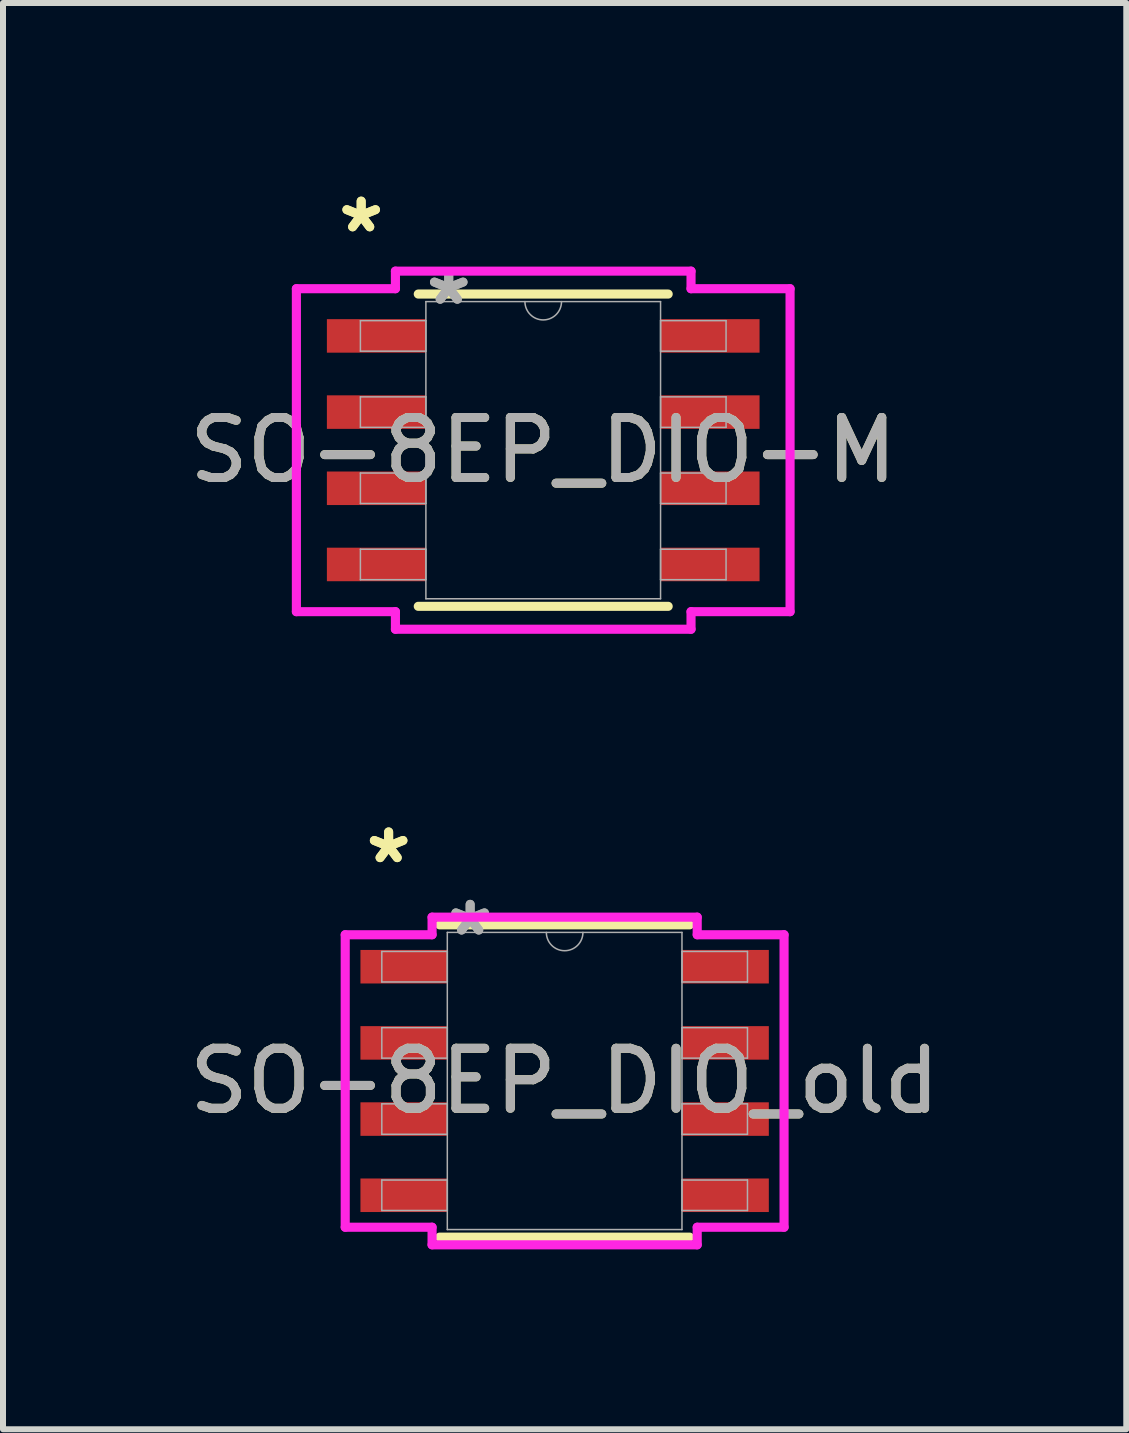
<source format=kicad_pcb>
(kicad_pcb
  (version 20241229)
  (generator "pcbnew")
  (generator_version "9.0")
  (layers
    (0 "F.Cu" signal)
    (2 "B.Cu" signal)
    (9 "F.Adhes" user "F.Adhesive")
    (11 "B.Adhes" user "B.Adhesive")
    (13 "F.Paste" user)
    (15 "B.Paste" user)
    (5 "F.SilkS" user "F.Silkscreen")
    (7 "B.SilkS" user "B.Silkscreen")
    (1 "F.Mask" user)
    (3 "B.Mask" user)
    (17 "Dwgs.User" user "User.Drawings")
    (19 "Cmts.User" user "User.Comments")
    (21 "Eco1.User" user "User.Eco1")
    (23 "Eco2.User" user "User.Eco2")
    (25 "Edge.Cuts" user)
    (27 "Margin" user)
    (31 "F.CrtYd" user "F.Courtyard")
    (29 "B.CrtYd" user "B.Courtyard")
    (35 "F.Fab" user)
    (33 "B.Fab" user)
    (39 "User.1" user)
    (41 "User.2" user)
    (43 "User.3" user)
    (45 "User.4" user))
  (footprint "SO-8EP_DIO-M"
    (layer "F.Cu")
    (at 6.006 4.455)
    (property "Reference" "SO-8EP_DIO-M" (at 0 0 0) (unlocked yes) (layer "F.SilkS") (effects (font (size 1 1) (thickness 0.15))))
    (attr smd)
    (fp_line (start -2.083 2.603) (end 2.083 2.603) (stroke (width 0.152) (type solid)) (layer "F.SilkS"))
    (fp_line (start 2.083 -2.603) (end -2.083 -2.603) (stroke (width 0.152) (type solid)) (layer "F.SilkS"))
    (fp_line (start -4.115 -2.692) (end -2.464 -2.692) (stroke (width 0.152) (type solid)) (layer "F.CrtYd"))
    (fp_line (start -4.115 2.692) (end -4.115 -2.692) (stroke (width 0.152) (type solid)) (layer "F.CrtYd"))
    (fp_line (start -4.115 2.692) (end -2.464 2.692) (stroke (width 0.152) (type solid)) (layer "F.CrtYd"))
    (fp_line (start -2.464 -2.985) (end 2.464 -2.985) (stroke (width 0.152) (type solid)) (layer "F.CrtYd"))
    (fp_line (start -2.464 -2.692) (end -2.464 -2.985) (stroke (width 0.152) (type solid)) (layer "F.CrtYd"))
    (fp_line (start -2.464 2.985) (end -2.464 2.692) (stroke (width 0.152) (type solid)) (layer "F.CrtYd"))
    (fp_line (start 2.464 -2.985) (end 2.464 -2.692) (stroke (width 0.152) (type solid)) (layer "F.CrtYd"))
    (fp_line (start 2.464 2.692) (end 2.464 2.985) (stroke (width 0.152) (type solid)) (layer "F.CrtYd"))
    (fp_line (start 2.464 2.985) (end -2.464 2.985) (stroke (width 0.152) (type solid)) (layer "F.CrtYd"))
    (fp_line (start 4.115 -2.692) (end 2.464 -2.692) (stroke (width 0.152) (type solid)) (layer "F.CrtYd"))
    (fp_line (start 4.115 -2.692) (end 4.115 2.692) (stroke (width 0.152) (type solid)) (layer "F.CrtYd"))
    (fp_line (start 4.115 2.692) (end 2.464 2.692) (stroke (width 0.152) (type solid)) (layer "F.CrtYd"))
    (fp_line (start -3.048 -2.159) (end -3.048 -1.651) (stroke (width 0.025) (type solid)) (layer "F.Fab"))
    (fp_line (start -3.048 -1.651) (end -1.956 -1.651) (stroke (width 0.025) (type solid)) (layer "F.Fab"))
    (fp_line (start -3.048 -0.889) (end -3.048 -0.381) (stroke (width 0.025) (type solid)) (layer "F.Fab"))
    (fp_line (start -3.048 -0.381) (end -1.956 -0.381) (stroke (width 0.025) (type solid)) (layer "F.Fab"))
    (fp_line (start -3.048 0.381) (end -3.048 0.889) (stroke (width 0.025) (type solid)) (layer "F.Fab"))
    (fp_line (start -3.048 0.889) (end -1.956 0.889) (stroke (width 0.025) (type solid)) (layer "F.Fab"))
    (fp_line (start -3.048 1.651) (end -3.048 2.159) (stroke (width 0.025) (type solid)) (layer "F.Fab"))
    (fp_line (start -3.048 2.159) (end -1.956 2.159) (stroke (width 0.025) (type solid)) (layer "F.Fab"))
    (fp_line (start -1.956 -2.477) (end -1.956 2.477) (stroke (width 0.025) (type solid)) (layer "F.Fab"))
    (fp_line (start -1.956 -2.159) (end -3.048 -2.159) (stroke (width 0.025) (type solid)) (layer "F.Fab"))
    (fp_line (start -1.956 -1.651) (end -1.956 -2.159) (stroke (width 0.025) (type solid)) (layer "F.Fab"))
    (fp_line (start -1.956 -0.889) (end -3.048 -0.889) (stroke (width 0.025) (type solid)) (layer "F.Fab"))
    (fp_line (start -1.956 -0.381) (end -1.956 -0.889) (stroke (width 0.025) (type solid)) (layer "F.Fab"))
    (fp_line (start -1.956 0.381) (end -3.048 0.381) (stroke (width 0.025) (type solid)) (layer "F.Fab"))
    (fp_line (start -1.956 0.889) (end -1.956 0.381) (stroke (width 0.025) (type solid)) (layer "F.Fab"))
    (fp_line (start -1.956 1.651) (end -3.048 1.651) (stroke (width 0.025) (type solid)) (layer "F.Fab"))
    (fp_line (start -1.956 2.159) (end -1.956 1.651) (stroke (width 0.025) (type solid)) (layer "F.Fab"))
    (fp_line (start -1.956 2.477) (end 1.956 2.477) (stroke (width 0.025) (type solid)) (layer "F.Fab"))
    (fp_line (start 1.956 -2.477) (end -1.956 -2.477) (stroke (width 0.025) (type solid)) (layer "F.Fab"))
    (fp_line (start 1.956 -2.159) (end 1.956 -1.651) (stroke (width 0.025) (type solid)) (layer "F.Fab"))
    (fp_line (start 1.956 -1.651) (end 3.048 -1.651) (stroke (width 0.025) (type solid)) (layer "F.Fab"))
    (fp_line (start 1.956 -0.889) (end 1.956 -0.381) (stroke (width 0.025) (type solid)) (layer "F.Fab"))
    (fp_line (start 1.956 -0.381) (end 3.048 -0.381) (stroke (width 0.025) (type solid)) (layer "F.Fab"))
    (fp_line (start 1.956 0.381) (end 1.956 0.889) (stroke (width 0.025) (type solid)) (layer "F.Fab"))
    (fp_line (start 1.956 0.889) (end 3.048 0.889) (stroke (width 0.025) (type solid)) (layer "F.Fab"))
    (fp_line (start 1.956 1.651) (end 1.956 2.159) (stroke (width 0.025) (type solid)) (layer "F.Fab"))
    (fp_line (start 1.956 2.159) (end 3.048 2.159) (stroke (width 0.025) (type solid)) (layer "F.Fab"))
    (fp_line (start 1.956 2.477) (end 1.956 -2.477) (stroke (width 0.025) (type solid)) (layer "F.Fab"))
    (fp_line (start 3.048 -2.159) (end 1.956 -2.159) (stroke (width 0.025) (type solid)) (layer "F.Fab"))
    (fp_line (start 3.048 -1.651) (end 3.048 -2.159) (stroke (width 0.025) (type solid)) (layer "F.Fab"))
    (fp_line (start 3.048 -0.889) (end 1.956 -0.889) (stroke (width 0.025) (type solid)) (layer "F.Fab"))
    (fp_line (start 3.048 -0.381) (end 3.048 -0.889) (stroke (width 0.025) (type solid)) (layer "F.Fab"))
    (fp_line (start 3.048 0.381) (end 1.956 0.381) (stroke (width 0.025) (type solid)) (layer "F.Fab"))
    (fp_line (start 3.048 0.889) (end 3.048 0.381) (stroke (width 0.025) (type solid)) (layer "F.Fab"))
    (fp_line (start 3.048 1.651) (end 1.956 1.651) (stroke (width 0.025) (type solid)) (layer "F.Fab"))
    (fp_line (start 3.048 2.159) (end 3.048 1.651) (stroke (width 0.025) (type solid)) (layer "F.Fab"))
    (fp_arc (start 0.3048 -2.4765) (mid 0 -2.1717) (end -0.3048 -2.4765) (stroke (width 0.0254) (type solid)) (layer "F.Fab"))
    (fp_text user "*" (at -3.035 -3.607 0) (unlocked yes) (layer "F.SilkS") (effects (font (size 1 1) (thickness 0.15))))
    (fp_text user "*" (at -3.035 -3.607 0) (layer "F.SilkS") (effects (font (size 1 1) (thickness 0.15))))
    (fp_text user "${REFERENCE}" (at 0 0 0) (unlocked yes) (layer "F.Fab") (effects (font (size 1 1) (thickness 0.15))))
    (fp_text user "*" (at -1.575 -2.4 0) (layer "F.Fab") (effects (font (size 1 1) (thickness 0.15))))
    (fp_text user "*" (at -1.575 -2.4 0) (unlocked yes) (layer "F.Fab") (effects (font (size 1 1) (thickness 0.15))))
    (pad "1" smd rect (at -2.781 -1.905) (size 1.651 0.559) (layers "F.Cu" "F.Mask" "F.Paste"))
    (pad "2" smd rect (at -2.781 -0.635) (size 1.651 0.559) (layers "F.Cu" "F.Mask" "F.Paste"))
    (pad "3" smd rect (at -2.781 0.635) (size 1.651 0.559) (layers "F.Cu" "F.Mask" "F.Paste"))
    (pad "4" smd rect (at -2.781 1.905) (size 1.651 0.559) (layers "F.Cu" "F.Mask" "F.Paste"))
    (pad "5" smd rect (at 2.781 1.905) (size 1.651 0.559) (layers "F.Cu" "F.Mask" "F.Paste"))
    (pad "6" smd rect (at 2.781 0.635) (size 1.651 0.559) (layers "F.Cu" "F.Mask" "F.Paste"))
    (pad "7" smd rect (at 2.781 -0.635) (size 1.651 0.559) (layers "F.Cu" "F.Mask" "F.Paste"))
    (pad "8" smd rect (at 2.781 -1.905) (size 1.651 0.559) (layers "F.Cu" "F.Mask" "F.Paste")))
  (footprint "SO-8EP_DIO_old"
    (layer "F.Cu")
    (at 6.363 14.971)
    (property "Reference" "SO-8EP_DIO_old" (at 0 0 0) (unlocked yes) (layer "F.SilkS") (effects (font (size 1 1) (thickness 0.15))))
    (attr smd)
    (fp_line (start -2.083 2.603) (end 2.083 2.603) (stroke (width 0.152) (type solid)) (layer "F.SilkS"))
    (fp_line (start 2.083 -2.603) (end -2.083 -2.603) (stroke (width 0.152) (type solid)) (layer "F.SilkS"))
    (fp_line (start -3.658 -2.438) (end -2.21 -2.438) (stroke (width 0.152) (type solid)) (layer "F.CrtYd"))
    (fp_line (start -3.658 2.438) (end -3.658 -2.438) (stroke (width 0.152) (type solid)) (layer "F.CrtYd"))
    (fp_line (start -3.658 2.438) (end -2.21 2.438) (stroke (width 0.152) (type solid)) (layer "F.CrtYd"))
    (fp_line (start -2.21 -2.731) (end 2.21 -2.731) (stroke (width 0.152) (type solid)) (layer "F.CrtYd"))
    (fp_line (start -2.21 -2.438) (end -2.21 -2.731) (stroke (width 0.152) (type solid)) (layer "F.CrtYd"))
    (fp_line (start -2.21 2.731) (end -2.21 2.438) (stroke (width 0.152) (type solid)) (layer "F.CrtYd"))
    (fp_line (start 2.21 -2.731) (end 2.21 -2.438) (stroke (width 0.152) (type solid)) (layer "F.CrtYd"))
    (fp_line (start 2.21 2.438) (end 2.21 2.731) (stroke (width 0.152) (type solid)) (layer "F.CrtYd"))
    (fp_line (start 2.21 2.731) (end -2.21 2.731) (stroke (width 0.152) (type solid)) (layer "F.CrtYd"))
    (fp_line (start 3.658 -2.438) (end 2.21 -2.438) (stroke (width 0.152) (type solid)) (layer "F.CrtYd"))
    (fp_line (start 3.658 -2.438) (end 3.658 2.438) (stroke (width 0.152) (type solid)) (layer "F.CrtYd"))
    (fp_line (start 3.658 2.438) (end 2.21 2.438) (stroke (width 0.152) (type solid)) (layer "F.CrtYd"))
    (fp_line (start -3.048 -2.159) (end -3.048 -1.651) (stroke (width 0.025) (type solid)) (layer "F.Fab"))
    (fp_line (start -3.048 -1.651) (end -1.956 -1.651) (stroke (width 0.025) (type solid)) (layer "F.Fab"))
    (fp_line (start -3.048 -0.889) (end -3.048 -0.381) (stroke (width 0.025) (type solid)) (layer "F.Fab"))
    (fp_line (start -3.048 -0.381) (end -1.956 -0.381) (stroke (width 0.025) (type solid)) (layer "F.Fab"))
    (fp_line (start -3.048 0.381) (end -3.048 0.889) (stroke (width 0.025) (type solid)) (layer "F.Fab"))
    (fp_line (start -3.048 0.889) (end -1.956 0.889) (stroke (width 0.025) (type solid)) (layer "F.Fab"))
    (fp_line (start -3.048 1.651) (end -3.048 2.159) (stroke (width 0.025) (type solid)) (layer "F.Fab"))
    (fp_line (start -3.048 2.159) (end -1.956 2.159) (stroke (width 0.025) (type solid)) (layer "F.Fab"))
    (fp_line (start -1.956 -2.477) (end -1.956 2.477) (stroke (width 0.025) (type solid)) (layer "F.Fab"))
    (fp_line (start -1.956 -2.159) (end -3.048 -2.159) (stroke (width 0.025) (type solid)) (layer "F.Fab"))
    (fp_line (start -1.956 -1.651) (end -1.956 -2.159) (stroke (width 0.025) (type solid)) (layer "F.Fab"))
    (fp_line (start -1.956 -0.889) (end -3.048 -0.889) (stroke (width 0.025) (type solid)) (layer "F.Fab"))
    (fp_line (start -1.956 -0.381) (end -1.956 -0.889) (stroke (width 0.025) (type solid)) (layer "F.Fab"))
    (fp_line (start -1.956 0.381) (end -3.048 0.381) (stroke (width 0.025) (type solid)) (layer "F.Fab"))
    (fp_line (start -1.956 0.889) (end -1.956 0.381) (stroke (width 0.025) (type solid)) (layer "F.Fab"))
    (fp_line (start -1.956 1.651) (end -3.048 1.651) (stroke (width 0.025) (type solid)) (layer "F.Fab"))
    (fp_line (start -1.956 2.159) (end -1.956 1.651) (stroke (width 0.025) (type solid)) (layer "F.Fab"))
    (fp_line (start -1.956 2.477) (end 1.956 2.477) (stroke (width 0.025) (type solid)) (layer "F.Fab"))
    (fp_line (start 1.956 -2.477) (end -1.956 -2.477) (stroke (width 0.025) (type solid)) (layer "F.Fab"))
    (fp_line (start 1.956 -2.159) (end 1.956 -1.651) (stroke (width 0.025) (type solid)) (layer "F.Fab"))
    (fp_line (start 1.956 -1.651) (end 3.048 -1.651) (stroke (width 0.025) (type solid)) (layer "F.Fab"))
    (fp_line (start 1.956 -0.889) (end 1.956 -0.381) (stroke (width 0.025) (type solid)) (layer "F.Fab"))
    (fp_line (start 1.956 -0.381) (end 3.048 -0.381) (stroke (width 0.025) (type solid)) (layer "F.Fab"))
    (fp_line (start 1.956 0.381) (end 1.956 0.889) (stroke (width 0.025) (type solid)) (layer "F.Fab"))
    (fp_line (start 1.956 0.889) (end 3.048 0.889) (stroke (width 0.025) (type solid)) (layer "F.Fab"))
    (fp_line (start 1.956 1.651) (end 1.956 2.159) (stroke (width 0.025) (type solid)) (layer "F.Fab"))
    (fp_line (start 1.956 2.159) (end 3.048 2.159) (stroke (width 0.025) (type solid)) (layer "F.Fab"))
    (fp_line (start 1.956 2.477) (end 1.956 -2.477) (stroke (width 0.025) (type solid)) (layer "F.Fab"))
    (fp_line (start 3.048 -2.159) (end 1.956 -2.159) (stroke (width 0.025) (type solid)) (layer "F.Fab"))
    (fp_line (start 3.048 -1.651) (end 3.048 -2.159) (stroke (width 0.025) (type solid)) (layer "F.Fab"))
    (fp_line (start 3.048 -0.889) (end 1.956 -0.889) (stroke (width 0.025) (type solid)) (layer "F.Fab"))
    (fp_line (start 3.048 -0.381) (end 3.048 -0.889) (stroke (width 0.025) (type solid)) (layer "F.Fab"))
    (fp_line (start 3.048 0.381) (end 1.956 0.381) (stroke (width 0.025) (type solid)) (layer "F.Fab"))
    (fp_line (start 3.048 0.889) (end 3.048 0.381) (stroke (width 0.025) (type solid)) (layer "F.Fab"))
    (fp_line (start 3.048 1.651) (end 1.956 1.651) (stroke (width 0.025) (type solid)) (layer "F.Fab"))
    (fp_line (start 3.048 2.159) (end 3.048 1.651) (stroke (width 0.025) (type solid)) (layer "F.Fab"))
    (fp_arc (start 0.3048 -2.4765) (mid 0 -2.1717) (end -0.3048 -2.4765) (stroke (width 0.0254) (type solid)) (layer "F.Fab"))
    (fp_text user "*" (at -2.934 -3.607 0) (layer "F.SilkS") (effects (font (size 1 1) (thickness 0.15))))
    (fp_text user "*" (at -2.934 -3.607 0) (unlocked yes) (layer "F.SilkS") (effects (font (size 1 1) (thickness 0.15))))
    (fp_text user "*" (at -1.575 -2.4 0) (layer "F.Fab") (effects (font (size 1 1) (thickness 0.15))))
    (fp_text user "*" (at -1.575 -2.4 0) (unlocked yes) (layer "F.Fab") (effects (font (size 1 1) (thickness 0.15))))
    (fp_text user "${REFERENCE}" (at 0 0 0) (unlocked yes) (layer "F.Fab") (effects (font (size 1 1) (thickness 0.15))))
    (pad "1" smd rect (at -2.68 -1.905) (size 1.448 0.559) (layers "F.Cu" "F.Mask" "F.Paste"))
    (pad "2" smd rect (at -2.68 -0.635) (size 1.448 0.559) (layers "F.Cu" "F.Mask" "F.Paste"))
    (pad "3" smd rect (at -2.68 0.635) (size 1.448 0.559) (layers "F.Cu" "F.Mask" "F.Paste"))
    (pad "4" smd rect (at -2.68 1.905) (size 1.448 0.559) (layers "F.Cu" "F.Mask" "F.Paste"))
    (pad "5" smd rect (at 2.68 1.905) (size 1.448 0.559) (layers "F.Cu" "F.Mask" "F.Paste"))
    (pad "6" smd rect (at 2.68 0.635) (size 1.448 0.559) (layers "F.Cu" "F.Mask" "F.Paste"))
    (pad "7" smd rect (at 2.68 -0.635) (size 1.448 0.559) (layers "F.Cu" "F.Mask" "F.Paste"))
    (pad "8" smd rect (at 2.68 -1.905) (size 1.448 0.559) (layers "F.Cu" "F.Mask" "F.Paste")))
  (gr_rect
    (start -3 -3)
    (end 15.726 20.777)
    (stroke (width 0.1) (type default))
    (fill no)
    (layer "Edge.Cuts")))
</source>
